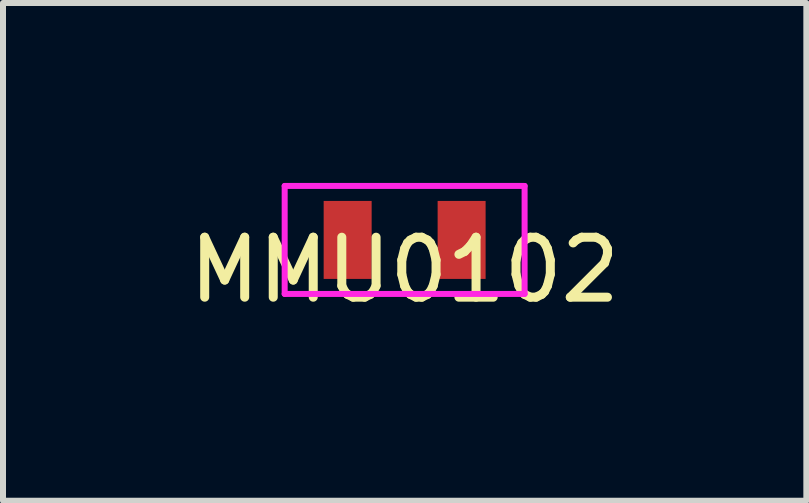
<source format=kicad_pcb>
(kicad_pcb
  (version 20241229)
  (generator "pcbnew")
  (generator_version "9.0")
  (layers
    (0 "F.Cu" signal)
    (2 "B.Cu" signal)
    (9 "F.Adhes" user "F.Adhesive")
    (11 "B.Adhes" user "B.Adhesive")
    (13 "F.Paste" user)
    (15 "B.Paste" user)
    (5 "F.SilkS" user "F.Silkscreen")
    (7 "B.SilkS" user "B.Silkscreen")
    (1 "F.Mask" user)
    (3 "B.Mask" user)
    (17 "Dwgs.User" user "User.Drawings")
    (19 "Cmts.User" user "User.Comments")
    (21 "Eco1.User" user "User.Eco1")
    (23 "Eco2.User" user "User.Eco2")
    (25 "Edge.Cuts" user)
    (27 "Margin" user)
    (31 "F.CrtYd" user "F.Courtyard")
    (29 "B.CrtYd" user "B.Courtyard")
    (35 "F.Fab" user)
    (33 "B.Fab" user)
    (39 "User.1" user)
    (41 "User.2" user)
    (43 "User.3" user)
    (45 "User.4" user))
  (footprint "MMU0102"
    (layer "F.Cu")
    (at 3.696 0.95)
    (property "Reference" "MMU0102" (at 0 0.5 0) (layer "F.SilkS") (effects (font (size 1 1) (thickness 0.15))))
    (attr through_hole)
    (fp_line (start -2 -0.9) (end 2 -0.9) (stroke (width 0.1) (type solid)) (layer "F.CrtYd"))
    (fp_line (start -2 0.9) (end -2 -0.9) (stroke (width 0.1) (type solid)) (layer "F.CrtYd"))
    (fp_line (start 2 -0.9) (end 2 0.9) (stroke (width 0.1) (type solid)) (layer "F.CrtYd"))
    (fp_line (start 2 0.9) (end -2 0.9) (stroke (width 0.1) (type solid)) (layer "F.CrtYd"))
    (pad "1" smd rect (at -0.95 0) (size 0.8 1.3) (layers "F.Cu" "F.Mask" "F.Paste"))
    (pad "2" smd rect (at 0.95 0) (size 0.8 1.3) (layers "F.Cu" "F.Mask" "F.Paste")))
  (gr_rect
    (start -3 -3)
    (end 10.393 5.298)
    (stroke (width 0.1) (type default))
    (fill no)
    (layer "Edge.Cuts")))
</source>
